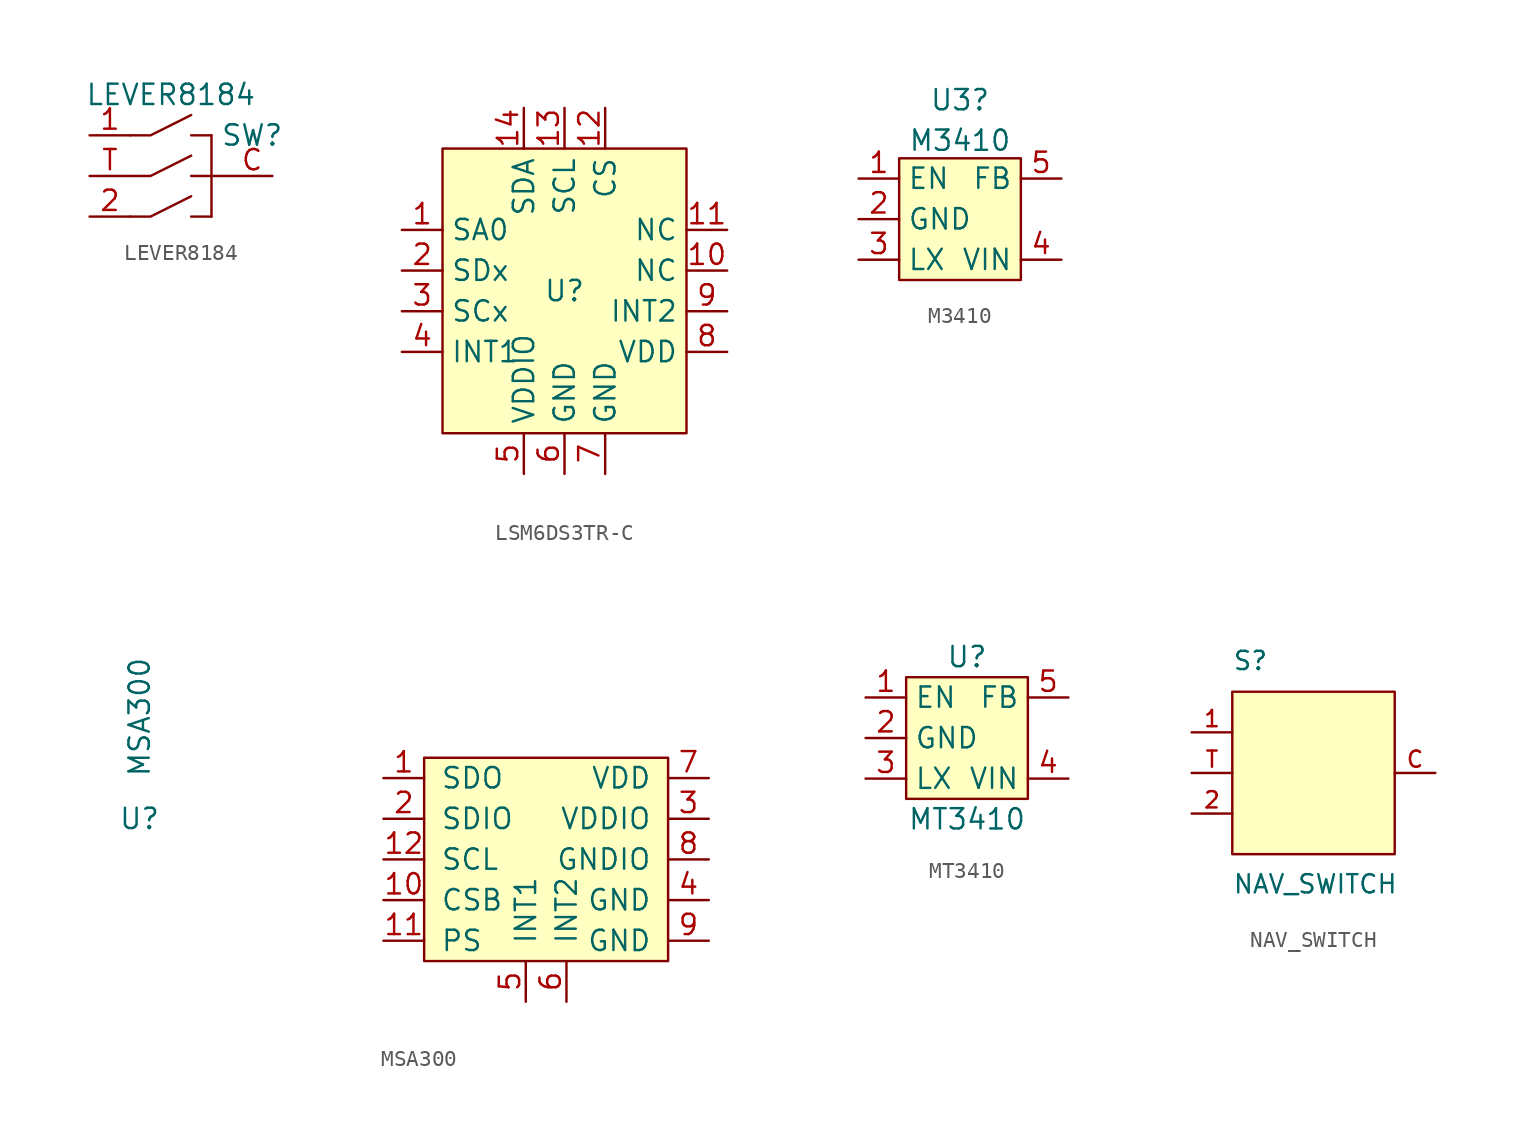
<source format=kicad_sym>
(kicad_symbol_lib
  (version 20220914)
  (generator kicad_symbol_editor)
  (symbol "LEVER8184"
    (pin_names
      (offset 1.016))
    (property "Reference" "SW"
      (at 5.08 2.54 0)
      (effects (font (size 1.27 1.27))))
    (property "Value" "LEVER8184"
      (at 0 5.08 0)
      (effects (font (size 1.27 1.27))))
    (symbol "LEVER8184_0_1"
      (polyline (pts (xy 1.27 -2.54) (xy 2.54 -2.54)) (stroke (width 0) (type default)) (fill (type none)))
      (polyline (pts (xy 1.27 0) (xy 2.54 0)) (stroke (width 0) (type default)) (fill (type none)))
      (polyline (pts (xy 1.27 2.54) (xy 2.54 2.54)) (stroke (width 0) (type default)) (fill (type none)))
      (polyline (pts (xy 2.54 -2.54) (xy 2.54 2.54)) (stroke (width 0) (type default)) (fill (type none)))
      (polyline (pts (xy 2.54 0) (xy 3.81 0)) (stroke (width 0) (type default)) (fill (type none)))
      (polyline (pts (xy -2.54 -2.54) (xy -1.27 -2.54) (xy 1.27 -1.27)) (stroke (width 0) (type default)) (fill (type none)))
      (polyline (pts (xy -2.54 0) (xy -1.27 0) (xy 1.27 1.27)) (stroke (width 0) (type default)) (fill (type none)))
      (polyline (pts (xy -2.54 2.54) (xy -1.27 2.54) (xy 1.27 3.81)) (stroke (width 0) (type default)) (fill (type none))))
    (symbol "LEVER8184_1_1"
      (pin input line (at -5.08 2.54 0) (length 2.54) (name "~" (effects (font (size 1.27 1.27)))) (number "1" (effects (font (size 1.27 1.27)))))
      (pin input line (at -5.08 -2.54 0) (length 2.54) (name "~" (effects (font (size 1.27 1.27)))) (number "2" (effects (font (size 1.27 1.27)))))
      (pin input line (at 6.35 0 180) (length 2.54) (name "~" (effects (font (size 1.27 1.27)))) (number "C" (effects (font (size 1.27 1.27)))))
      (pin input line (at -5.08 0 0) (length 2.54) (name "~" (effects (font (size 1.27 1.27)))) (number "T" (effects (font (size 1.27 1.27)))))))
  (symbol "LSM6DS3TR-C"
    (property "Reference" "U"
      (at 0 0 0)
      (effects (font (size 1.27 1.27))))
    (property "Value" ""
      (at -1.27 0 0)
      (effects (font (size 1.27 1.27))))
    (property "Digikey" ""
      (at -1.27 0 0)
      (effects (font (size 1.27 1.27))))
    (symbol "LSM6DS3TR-C_1_1"
      (rectangle (start -7.62 8.89) (end 7.62 -8.89) (stroke (width 0) (type default)) (fill (type background)))
      (pin bidirectional line (at -10.16 3.81 0) (length 2.54) (name "SA0" (effects (font (size 1.27 1.27)))) (number "1" (effects (font (size 1.27 1.27)))))
      (pin bidirectional line (at 10.16 1.27 180) (length 2.54) (name "NC" (effects (font (size 1.27 1.27)))) (number "10" (effects (font (size 1.27 1.27)))))
      (pin bidirectional line (at 10.16 3.81 180) (length 2.54) (name "NC" (effects (font (size 1.27 1.27)))) (number "11" (effects (font (size 1.27 1.27)))))
      (pin bidirectional line (at 2.54 11.43 270) (length 2.54) (name "CS" (effects (font (size 1.27 1.27)))) (number "12" (effects (font (size 1.27 1.27)))))
      (pin bidirectional line (at 0 11.43 270) (length 2.54) (name "SCL" (effects (font (size 1.27 1.27)))) (number "13" (effects (font (size 1.27 1.27)))))
      (pin bidirectional line (at -2.54 11.43 270) (length 2.54) (name "SDA" (effects (font (size 1.27 1.27)))) (number "14" (effects (font (size 1.27 1.27)))))
      (pin bidirectional line (at -10.16 1.27 0) (length 2.54) (name "SDx" (effects (font (size 1.27 1.27)))) (number "2" (effects (font (size 1.27 1.27)))))
      (pin bidirectional line (at -10.16 -1.27 0) (length 2.54) (name "SCx" (effects (font (size 1.27 1.27)))) (number "3" (effects (font (size 1.27 1.27)))))
      (pin bidirectional line (at -10.16 -3.81 0) (length 2.54) (name "INT1" (effects (font (size 1.27 1.27)))) (number "4" (effects (font (size 1.27 1.27)))))
      (pin bidirectional line (at -2.54 -11.43 90) (length 2.54) (name "VDDIO" (effects (font (size 1.27 1.27)))) (number "5" (effects (font (size 1.27 1.27)))))
      (pin bidirectional line (at 0 -11.43 90) (length 2.54) (name "GND" (effects (font (size 1.27 1.27)))) (number "6" (effects (font (size 1.27 1.27)))))
      (pin bidirectional line (at 2.54 -11.43 90) (length 2.54) (name "GND" (effects (font (size 1.27 1.27)))) (number "7" (effects (font (size 1.27 1.27)))))
      (pin bidirectional line (at 10.16 -3.81 180) (length 2.54) (name "VDD" (effects (font (size 1.27 1.27)))) (number "8" (effects (font (size 1.27 1.27)))))
      (pin bidirectional line (at 10.16 -1.27 180) (length 2.54) (name "INT2" (effects (font (size 1.27 1.27)))) (number "9" (effects (font (size 1.27 1.27)))))))
  (symbol "M3410"
    (property "Reference" "U3"
      (at 0 7.459 0)
      (effects (font (size 1.27 1.27))))
    (property "Value" "M3410"
      (at 0 4.922 0)
      (effects (font (size 1.27 1.27))))
    (symbol "M3410_0_1"
      (rectangle (start -3.81 3.81) (end 3.81 -3.81) (stroke (width 0.152) (type default)) (fill (type background))))
    (symbol "M3410_1_1"
      (pin bidirectional line (at -6.35 2.54 0) (length 2.54) (name "EN" (effects (font (size 1.27 1.27)))) (number "1" (effects (font (size 1.27 1.27)))))
      (pin bidirectional line (at -6.35 0 0) (length 2.54) (name "GND" (effects (font (size 1.27 1.27)))) (number "2" (effects (font (size 1.27 1.27)))))
      (pin bidirectional line (at -6.35 -2.54 0) (length 2.54) (name "LX" (effects (font (size 1.27 1.27)))) (number "3" (effects (font (size 1.27 1.27)))))
      (pin bidirectional line (at 6.35 -2.54 180) (length 2.54) (name "VIN" (effects (font (size 1.27 1.27)))) (number "4" (effects (font (size 1.27 1.27)))))
      (pin bidirectional line (at 6.35 2.54 180) (length 2.54) (name "FB" (effects (font (size 1.27 1.27)))) (number "5" (effects (font (size 1.27 1.27)))))))
  (symbol "MSA300"
    (pin_names
      (offset 1.016))
    (property "Reference" "U"
      (at -25.4 2.54 0)
      (effects (font (size 1.27 1.27))))
    (property "Value" "MSA300"
      (at -25.4 8.89 90)
      (effects (font (size 1.27 1.27))))
    (symbol "MSA300_0_1"
      (rectangle (start -7.62 -6.35) (end 7.62 6.35) (stroke (width 0) (type default)) (fill (type background))))
    (symbol "MSA300_1_1"
      (pin input line (at -10.16 5.08 0) (length 2.54) (name "SDO" (effects (font (size 1.27 1.27)))) (number "1" (effects (font (size 1.27 1.27)))))
      (pin input line (at -10.16 -2.54 0) (length 2.54) (name "CSB" (effects (font (size 1.27 1.27)))) (number "10" (effects (font (size 1.27 1.27)))))
      (pin input line (at -10.16 -5.08 0) (length 2.54) (name "PS" (effects (font (size 1.27 1.27)))) (number "11" (effects (font (size 1.27 1.27)))))
      (pin input line (at -10.16 0 0) (length 2.54) (name "SCL" (effects (font (size 1.27 1.27)))) (number "12" (effects (font (size 1.27 1.27)))))
      (pin bidirectional line (at -10.16 2.54 0) (length 2.54) (name "SDIO" (effects (font (size 1.27 1.27)))) (number "2" (effects (font (size 1.27 1.27)))))
      (pin power_in line (at 10.16 2.54 180) (length 2.54) (name "VDDIO" (effects (font (size 1.27 1.27)))) (number "3" (effects (font (size 1.27 1.27)))))
      (pin power_in line (at 10.16 -2.54 180) (length 2.54) (name "GND" (effects (font (size 1.27 1.27)))) (number "4" (effects (font (size 1.27 1.27)))))
      (pin output line (at -1.27 -8.89 90) (length 2.54) (name "INT1" (effects (font (size 1.27 1.27)))) (number "5" (effects (font (size 1.27 1.27)))))
      (pin output line (at 1.27 -8.89 90) (length 2.54) (name "INT2" (effects (font (size 1.27 1.27)))) (number "6" (effects (font (size 1.27 1.27)))))
      (pin power_in line (at 10.16 5.08 180) (length 2.54) (name "VDD" (effects (font (size 1.27 1.27)))) (number "7" (effects (font (size 1.27 1.27)))))
      (pin power_in line (at 10.16 0 180) (length 2.54) (name "GNDIO" (effects (font (size 1.27 1.27)))) (number "8" (effects (font (size 1.27 1.27)))))
      (pin power_in line (at 10.16 -5.08 180) (length 2.54) (name "GND" (effects (font (size 1.27 1.27)))) (number "9" (effects (font (size 1.27 1.27)))))))
  (symbol "MT3410"
    (property "Reference" "U"
      (at 0 5.08 0)
      (effects (font (size 1.27 1.27))))
    (property "Value" "MT3410"
      (at 0 -5.08 0)
      (effects (font (size 1.27 1.27))))
    (symbol "MT3410_0_1"
      (rectangle (start -3.81 3.81) (end 3.81 -3.81) (stroke (width 0.152) (type default)) (fill (type background))))
    (symbol "MT3410_1_1"
      (pin bidirectional line (at -6.35 2.54 0) (length 2.54) (name "EN" (effects (font (size 1.27 1.27)))) (number "1" (effects (font (size 1.27 1.27)))))
      (pin bidirectional line (at -6.35 0 0) (length 2.54) (name "GND" (effects (font (size 1.27 1.27)))) (number "2" (effects (font (size 1.27 1.27)))))
      (pin bidirectional line (at -6.35 -2.54 0) (length 2.54) (name "LX" (effects (font (size 1.27 1.27)))) (number "3" (effects (font (size 1.27 1.27)))))
      (pin bidirectional line (at 6.35 -2.54 180) (length 2.54) (name "VIN" (effects (font (size 1.27 1.27)))) (number "4" (effects (font (size 1.27 1.27)))))
      (pin bidirectional line (at 6.35 2.54 180) (length 2.54) (name "FB" (effects (font (size 1.27 1.27)))) (number "5" (effects (font (size 1.27 1.27)))))))
  (symbol "NAV_SWITCH"
    (pin_names
      (offset 1.016) hide)
    (property "Reference" "S"
      (at -5.08 6.35 0)
      (effects (font (size 1.143 1.143)) (justify left bottom)))
    (property "Value" "NAV_SWITCH"
      (at -5.08 -7.62 0)
      (effects (font (size 1.143 1.143)) (justify left bottom)))
    (symbol "NAV_SWITCH_1_1"
      (polyline (pts (xy -5.08 5.08) (xy 5.08 5.08) (xy 5.08 -5.08) (xy -5.08 -5.08) (xy -5.08 5.08)) (stroke (width 0) (type default)) (fill (type background)))
      (pin input line (at -7.62 2.54 0) (length 2.54) (name "1" (effects (font (size 1.016 1.016)))) (number "1" (effects (font (size 1.016 1.016)))))
      (pin input line (at -7.62 -2.54 0) (length 2.54) (name "2" (effects (font (size 1.016 1.016)))) (number "2" (effects (font (size 1.016 1.016)))))
      (pin power_in line (at 7.62 0 180) (length 2.54) (name "C" (effects (font (size 1.016 1.016)))) (number "C" (effects (font (size 1.016 1.016)))))
      (pin input line (at -7.62 0 0) (length 2.54) (name "T" (effects (font (size 1.016 1.016)))) (number "T" (effects (font (size 1.016 1.016))))))))
</source>
